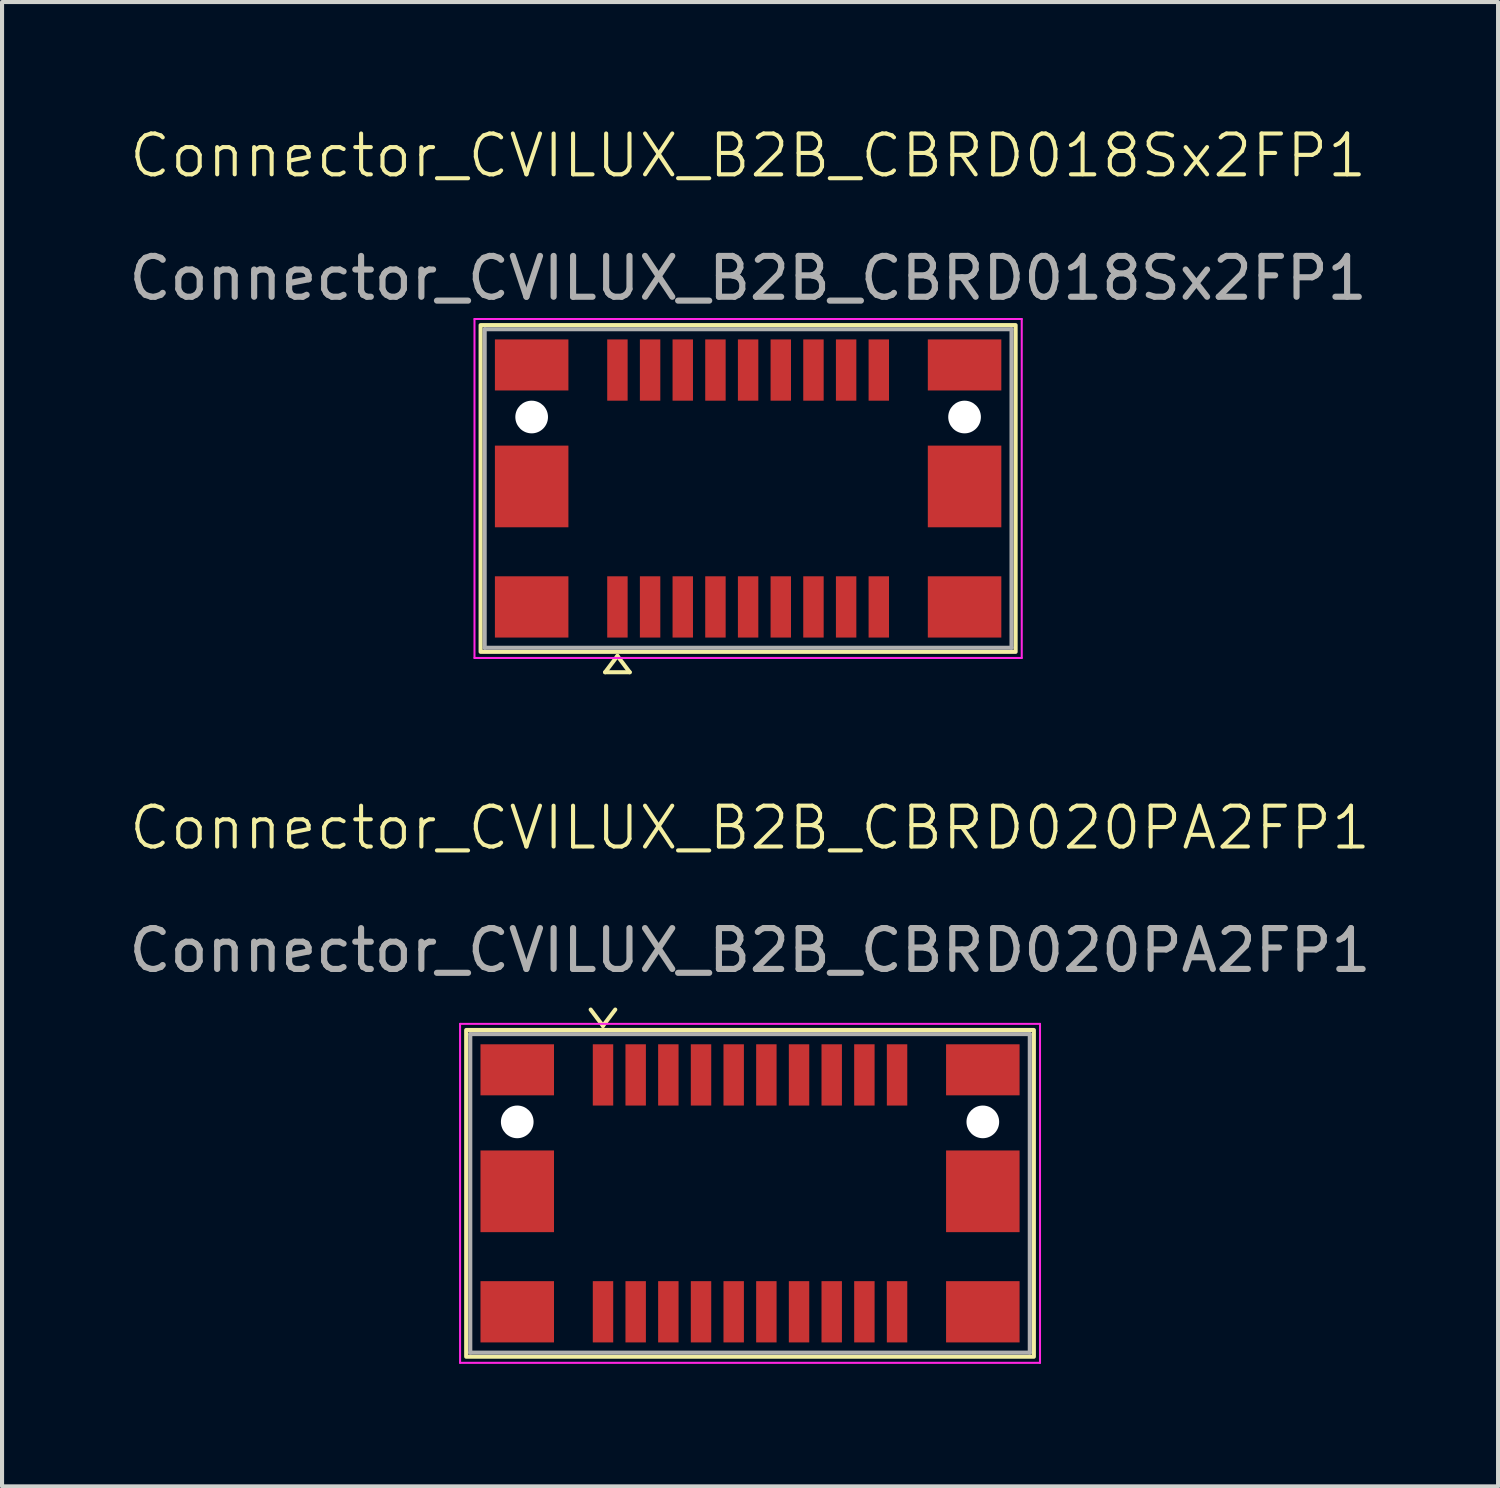
<source format=kicad_pcb>
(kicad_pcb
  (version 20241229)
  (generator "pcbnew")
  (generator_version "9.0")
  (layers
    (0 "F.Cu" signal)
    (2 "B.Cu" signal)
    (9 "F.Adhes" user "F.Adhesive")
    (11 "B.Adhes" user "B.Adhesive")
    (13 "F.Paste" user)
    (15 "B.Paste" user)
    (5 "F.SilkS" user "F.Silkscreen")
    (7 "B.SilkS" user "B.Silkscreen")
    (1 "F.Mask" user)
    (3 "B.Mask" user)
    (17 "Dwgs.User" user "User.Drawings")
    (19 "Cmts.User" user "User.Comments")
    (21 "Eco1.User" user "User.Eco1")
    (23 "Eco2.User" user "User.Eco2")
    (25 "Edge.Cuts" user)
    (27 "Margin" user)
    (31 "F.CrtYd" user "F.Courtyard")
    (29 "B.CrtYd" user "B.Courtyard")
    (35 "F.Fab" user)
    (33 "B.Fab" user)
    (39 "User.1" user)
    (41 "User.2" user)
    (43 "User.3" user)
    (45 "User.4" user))
  (footprint "Connector_CVILUX_B2B_CBRD020PA2FP1"
    (layer "F.Cu")
    (at 15.315 26.12)
    (property "Reference" "Connector_CVILUX_B2B_CBRD020PA2FP1" (at 0 -8.9 0) (unlocked yes) (layer "F.SilkS") (effects (font (size 1 1) (thickness 0.1))))
    (attr smd)
    (fp_line (start -3.601 -4.051) (end -3.902 -4.45) (stroke (width 0.1) (type default)) (layer "F.SilkS"))
    (fp_line (start -3.601 -4.051) (end -3.3 -4.45) (stroke (width 0.1) (type default)) (layer "F.SilkS"))
    (fp_rect (start -6.95 -3.95) (end 6.95 4.05) (stroke (width 0.1) (type default)) (fill no) (layer "F.SilkS"))
    (fp_line (start -7.1 -4.1) (end -7.1 4.2) (stroke (width 0.05) (type solid)) (layer "F.CrtYd"))
    (fp_line (start -7.1 -4.1) (end 7.1 -4.1) (stroke (width 0.05) (type solid)) (layer "F.CrtYd"))
    (fp_line (start -7.1 4.2) (end 7.1 4.2) (stroke (width 0.05) (type solid)) (layer "F.CrtYd"))
    (fp_line (start 7.1 -4.1) (end 7.1 4.2) (stroke (width 0.05) (type solid)) (layer "F.CrtYd"))
    (fp_line (start -6.85 3.95) (end -6.85 -3.85) (stroke (width 0.1) (type solid)) (layer "F.Fab"))
    (fp_line (start 6.85 -3.85) (end -6.85 -3.85) (stroke (width 0.1) (type solid)) (layer "F.Fab"))
    (fp_line (start 6.85 3.95) (end -6.85 3.95) (stroke (width 0.1) (type solid)) (layer "F.Fab"))
    (fp_line (start 6.85 3.95) (end 6.85 -3.85) (stroke (width 0.1) (type solid)) (layer "F.Fab"))
    (fp_text user "${REFERENCE}" (at 0 -5.9 0) (unlocked yes) (layer "F.Fab") (effects (font (size 1 1) (thickness 0.15))))
    (pad "" np_thru_hole circle (at -5.7 -1.7) (size 0.8 0.8) (drill 0.8) (layers "*.Cu" "*.Mask"))
    (pad "" np_thru_hole circle (at 5.7 -1.7) (size 0.8 0.8) (drill 0.8) (layers "*.Cu" "*.Mask"))
    (pad "1" smd rect (at -3.6 -2.85) (size 0.5 1.5) (layers "F.Cu" "F.Mask" "F.Paste"))
    (pad "2" smd rect (at -2.8 -2.85) (size 0.5 1.5) (layers "F.Cu" "F.Mask" "F.Paste"))
    (pad "3" smd rect (at -2 -2.85) (size 0.5 1.5) (layers "F.Cu" "F.Mask" "F.Paste"))
    (pad "4" smd rect (at -1.2 -2.85) (size 0.5 1.5) (layers "F.Cu" "F.Mask" "F.Paste"))
    (pad "5" smd rect (at -0.4 -2.85) (size 0.5 1.5) (layers "F.Cu" "F.Mask" "F.Paste"))
    (pad "6" smd rect (at 0.4 -2.85) (size 0.5 1.5) (layers "F.Cu" "F.Mask" "F.Paste"))
    (pad "7" smd rect (at 1.2 -2.85) (size 0.5 1.5) (layers "F.Cu" "F.Mask" "F.Paste"))
    (pad "8" smd rect (at 2 -2.85) (size 0.5 1.5) (layers "F.Cu" "F.Mask" "F.Paste"))
    (pad "9" smd rect (at 2.8 -2.85) (size 0.5 1.5) (layers "F.Cu" "F.Mask" "F.Paste"))
    (pad "10" smd rect (at 3.6 -2.85) (size 0.5 1.5) (layers "F.Cu" "F.Mask" "F.Paste"))
    (pad "11" smd rect (at 3.6 2.95) (size 0.5 1.5) (layers "F.Cu" "F.Mask" "F.Paste"))
    (pad "12" smd rect (at 2.8 2.95) (size 0.5 1.5) (layers "F.Cu" "F.Mask" "F.Paste"))
    (pad "13" smd rect (at 2 2.95) (size 0.5 1.5) (layers "F.Cu" "F.Mask" "F.Paste"))
    (pad "14" smd rect (at 1.2 2.95) (size 0.5 1.5) (layers "F.Cu" "F.Mask" "F.Paste"))
    (pad "15" smd rect (at 0.4 2.95) (size 0.5 1.5) (layers "F.Cu" "F.Mask" "F.Paste"))
    (pad "16" smd rect (at -0.4 2.95) (size 0.5 1.5) (layers "F.Cu" "F.Mask" "F.Paste"))
    (pad "17" smd rect (at -1.2 2.95) (size 0.5 1.5) (layers "F.Cu" "F.Mask" "F.Paste"))
    (pad "18" smd rect (at -2 2.95) (size 0.5 1.5) (layers "F.Cu" "F.Mask" "F.Paste"))
    (pad "19" smd rect (at -2.8 2.95) (size 0.5 1.5) (layers "F.Cu" "F.Mask" "F.Paste"))
    (pad "20" smd rect (at -3.6 2.95) (size 0.5 1.5) (layers "F.Cu" "F.Mask" "F.Paste"))
    (pad "MP" smd rect (at -5.7 -2.975) (size 1.8 1.25) (layers "F.Cu" "F.Mask" "F.Paste"))
    (pad "MP" smd rect (at -5.7 0 180) (size 1.8 2) (layers "F.Cu" "F.Mask" "F.Paste"))
    (pad "MP" smd rect (at -5.7 2.95 180) (size 1.8 1.5) (layers "F.Cu" "F.Mask" "F.Paste"))
    (pad "MP" smd rect (at 5.7 -2.975) (size 1.8 1.25) (layers "F.Cu" "F.Mask" "F.Paste"))
    (pad "MP" smd rect (at 5.7 0 180) (size 1.8 2) (layers "F.Cu" "F.Mask" "F.Paste"))
    (pad "MP" smd rect (at 5.7 2.95) (size 1.8 1.5) (layers "F.Cu" "F.Mask" "F.Paste")))
  (footprint "Connector_CVILUX_B2B_CBRD018Sx2FP1"
    (layer "F.Cu")
    (at 15.268 8.861)
    (property "Reference" "Connector_CVILUX_B2B_CBRD018Sx2FP1" (at 0 -8.1 0) (unlocked yes) (layer "F.SilkS") (effects (font (size 1 1) (thickness 0.1))))
    (attr smd)
    (fp_line (start -3.2 4.15) (end -3.501 4.549) (stroke (width 0.1) (type default)) (layer "F.SilkS"))
    (fp_line (start -3.2 4.15) (end -2.899 4.549) (stroke (width 0.1) (type default)) (layer "F.SilkS"))
    (fp_line (start -2.899 4.549) (end -3.501 4.549) (stroke (width 0.1) (type default)) (layer "F.SilkS"))
    (fp_rect (start -6.55 -3.95) (end 6.55 4.05) (stroke (width 0.1) (type default)) (fill no) (layer "F.SilkS"))
    (fp_line (start -6.7 -4.1) (end -6.7 4.2) (stroke (width 0.05) (type solid)) (layer "F.CrtYd"))
    (fp_line (start -6.7 -4.1) (end 6.7 -4.1) (stroke (width 0.05) (type solid)) (layer "F.CrtYd"))
    (fp_line (start -6.7 4.2) (end 6.7 4.2) (stroke (width 0.05) (type solid)) (layer "F.CrtYd"))
    (fp_line (start 6.7 -4.1) (end 6.7 4.2) (stroke (width 0.05) (type solid)) (layer "F.CrtYd"))
    (fp_line (start -6.45 3.95) (end -6.45 -3.85) (stroke (width 0.1) (type solid)) (layer "F.Fab"))
    (fp_line (start 6.45 -3.85) (end -6.45 -3.85) (stroke (width 0.1) (type solid)) (layer "F.Fab"))
    (fp_line (start 6.45 3.95) (end -6.45 3.95) (stroke (width 0.1) (type solid)) (layer "F.Fab"))
    (fp_line (start 6.45 3.95) (end 6.45 -3.85) (stroke (width 0.1) (type solid)) (layer "F.Fab"))
    (fp_text user "${REFERENCE}" (at 0 -5.1 0) (unlocked yes) (layer "F.Fab") (effects (font (size 1 1) (thickness 0.15))))
    (pad "" np_thru_hole circle (at -5.3 -1.7) (size 0.8 0.8) (drill 0.8) (layers "*.Cu" "*.Mask"))
    (pad "" np_thru_hole circle (at 5.3 -1.7) (size 0.8 0.8) (drill 0.8) (layers "*.Cu" "*.Mask"))
    (pad "1" smd rect (at -3.2 2.95) (size 0.5 1.5) (layers "F.Cu" "F.Mask" "F.Paste"))
    (pad "2" smd rect (at -2.4 2.95) (size 0.5 1.5) (layers "F.Cu" "F.Mask" "F.Paste"))
    (pad "3" smd rect (at -1.6 2.95) (size 0.5 1.5) (layers "F.Cu" "F.Mask" "F.Paste"))
    (pad "4" smd rect (at -0.8 2.95) (size 0.5 1.5) (layers "F.Cu" "F.Mask" "F.Paste"))
    (pad "5" smd rect (at 0 2.95) (size 0.5 1.5) (layers "F.Cu" "F.Mask" "F.Paste"))
    (pad "6" smd rect (at 0.8 2.95) (size 0.5 1.5) (layers "F.Cu" "F.Mask" "F.Paste"))
    (pad "7" smd rect (at 1.6 2.95) (size 0.5 1.5) (layers "F.Cu" "F.Mask" "F.Paste"))
    (pad "8" smd rect (at 2.4 2.95) (size 0.5 1.5) (layers "F.Cu" "F.Mask" "F.Paste"))
    (pad "9" smd rect (at 3.2 2.95) (size 0.5 1.5) (layers "F.Cu" "F.Mask" "F.Paste"))
    (pad "10" smd rect (at 3.2 -2.85) (size 0.5 1.5) (layers "F.Cu" "F.Mask" "F.Paste"))
    (pad "11" smd rect (at 2.4 -2.85) (size 0.5 1.5) (layers "F.Cu" "F.Mask" "F.Paste"))
    (pad "12" smd rect (at 1.6 -2.85) (size 0.5 1.5) (layers "F.Cu" "F.Mask" "F.Paste"))
    (pad "13" smd rect (at 0.8 -2.85) (size 0.5 1.5) (layers "F.Cu" "F.Mask" "F.Paste"))
    (pad "14" smd rect (at 0 -2.85) (size 0.5 1.5) (layers "F.Cu" "F.Mask" "F.Paste"))
    (pad "15" smd rect (at -0.8 -2.85) (size 0.5 1.5) (layers "F.Cu" "F.Mask" "F.Paste"))
    (pad "16" smd rect (at -1.6 -2.85) (size 0.5 1.5) (layers "F.Cu" "F.Mask" "F.Paste"))
    (pad "17" smd rect (at -2.4 -2.85) (size 0.5 1.5) (layers "F.Cu" "F.Mask" "F.Paste"))
    (pad "18" smd rect (at -3.2 -2.85) (size 0.5 1.5) (layers "F.Cu" "F.Mask" "F.Paste"))
    (pad "MP" smd rect (at -5.3 -2.975) (size 1.8 1.25) (layers "F.Cu" "F.Mask" "F.Paste"))
    (pad "MP" smd rect (at -5.3 0 180) (size 1.8 2) (layers "F.Cu" "F.Mask" "F.Paste"))
    (pad "MP" smd rect (at -5.3 2.95 180) (size 1.8 1.5) (layers "F.Cu" "F.Mask" "F.Paste"))
    (pad "MP" smd rect (at 5.3 -2.975) (size 1.8 1.25) (layers "F.Cu" "F.Mask" "F.Paste"))
    (pad "MP" smd rect (at 5.3 0 180) (size 1.8 2) (layers "F.Cu" "F.Mask" "F.Paste"))
    (pad "MP" smd rect (at 5.3 2.95) (size 1.8 1.5) (layers "F.Cu" "F.Mask" "F.Paste")))
  (gr_rect
    (start -3 -3)
    (end 33.631 33.345)
    (stroke (width 0.1) (type default))
    (fill no)
    (layer "Edge.Cuts")))
</source>
